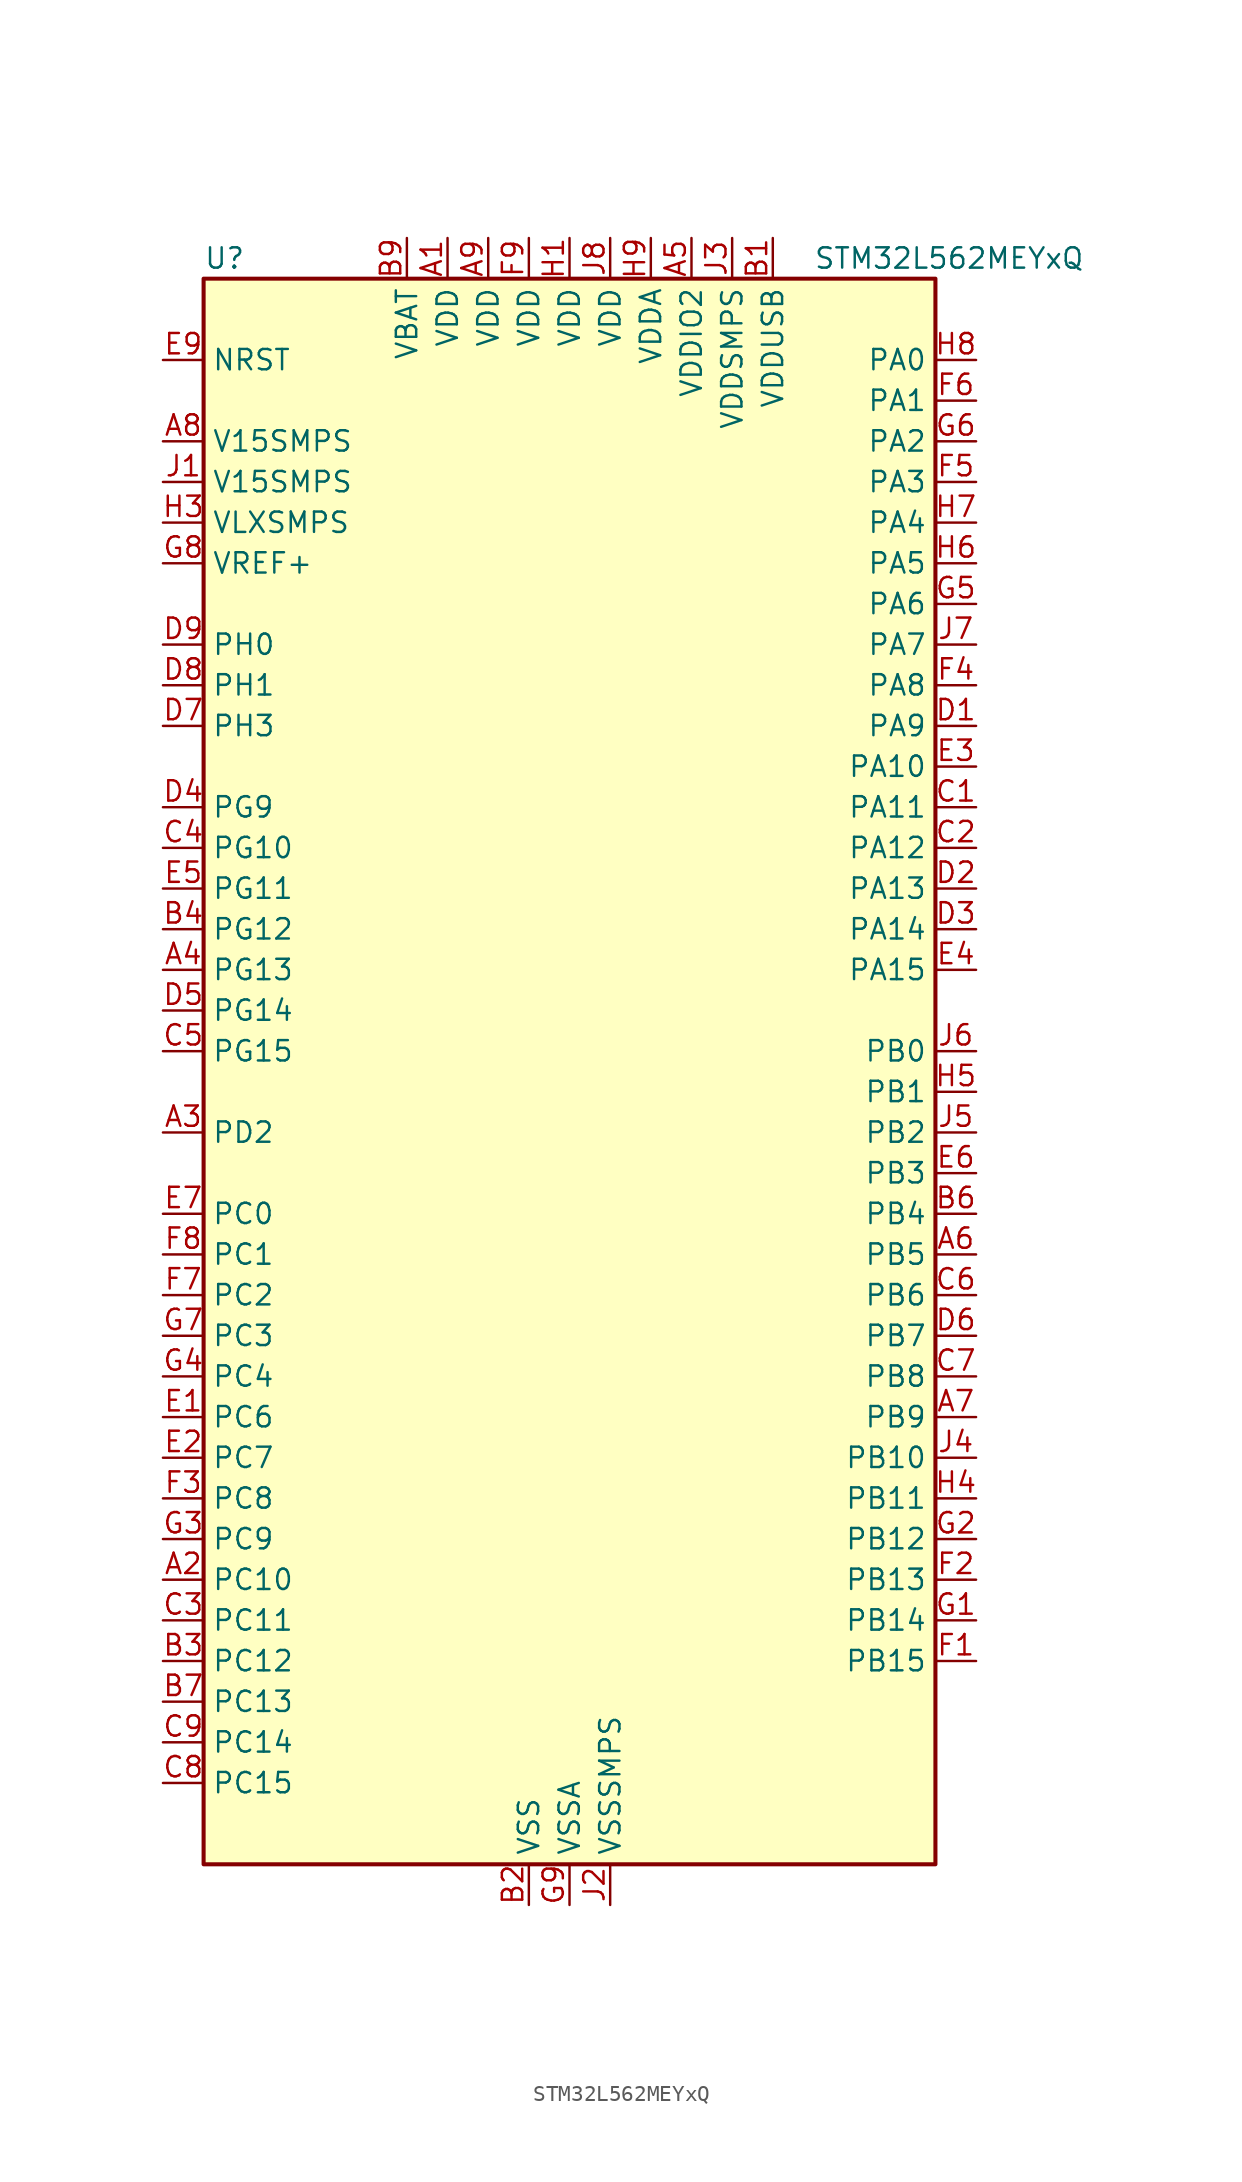
<source format=kicad_sym>
(kicad_symbol_lib
  (version 20241209)
  (generator "kicad_symbol_editor")
  (generator_version "9.0")
  (symbol "STM32L562MEYxQ"
    (property "Reference" "U"
      (at -22.86 52.07 0)
      (effects (font (size 1.27 1.27)) (justify left)))
    (property "Value" "STM32L562MEYxQ"
      (at 15.24 52.07 0)
      (effects (font (size 1.27 1.27)) (justify left)))
    (symbol "STM32L562MEYxQ_0_1"
      (rectangle (start -22.86 -48.26) (end 22.86 50.8) (stroke (width 0.254) (type default)) (fill (type background))))
    (symbol "STM32L562MEYxQ_1_1"
      (pin input line (at -25.4 45.72 0) (length 2.54) (name "NRST" (effects (font (size 1.27 1.27)))) (number "E9" (effects (font (size 1.27 1.27)))))
      (pin power_in line (at -25.4 40.64 0) (length 2.54) (name "V15SMPS" (effects (font (size 1.27 1.27)))) (number "A8" (effects (font (size 1.27 1.27)))))
      (pin power_in line (at -25.4 38.1 0) (length 2.54) (name "V15SMPS" (effects (font (size 1.27 1.27)))) (number "J1" (effects (font (size 1.27 1.27)))))
      (pin power_in line (at -25.4 35.56 0) (length 2.54) (name "VLXSMPS" (effects (font (size 1.27 1.27)))) (number "H3" (effects (font (size 1.27 1.27)))))
      (pin input line (at -25.4 33.02 0) (length 2.54) (name "VREF+" (effects (font (size 1.27 1.27)))) (number "G8" (effects (font (size 1.27 1.27)))) (alternate "VREFBUF_OUT" bidirectional line))
      (pin bidirectional line (at -25.4 27.94 0) (length 2.54) (name "PH0" (effects (font (size 1.27 1.27)))) (number "D9" (effects (font (size 1.27 1.27)))) (alternate "RCC_OSC_IN" bidirectional line))
      (pin bidirectional line (at -25.4 25.4 0) (length 2.54) (name "PH1" (effects (font (size 1.27 1.27)))) (number "D8" (effects (font (size 1.27 1.27)))) (alternate "RCC_OSC_OUT" bidirectional line))
      (pin bidirectional line (at -25.4 22.86 0) (length 2.54) (name "PH3" (effects (font (size 1.27 1.27)))) (number "D7" (effects (font (size 1.27 1.27)))))
      (pin bidirectional line (at -25.4 17.78 0) (length 2.54) (name "PG9" (effects (font (size 1.27 1.27)))) (number "D4" (effects (font (size 1.27 1.27)))) (alternate "DAC1_EXTI9" bidirectional line) (alternate "SAI2_SCK_A" bidirectional line) (alternate "SPI3_SCK" bidirectional line) (alternate "TIM15_CH1N" bidirectional line) (alternate "USART1_TX" bidirectional line))
      (pin bidirectional line (at -25.4 15.24 0) (length 2.54) (name "PG10" (effects (font (size 1.27 1.27)))) (number "C4" (effects (font (size 1.27 1.27)))) (alternate "LPTIM1_IN1" bidirectional line) (alternate "SAI2_FS_A" bidirectional line) (alternate "SPI3_MISO" bidirectional line) (alternate "TIM15_CH1" bidirectional line) (alternate "USART1_RX" bidirectional line))
      (pin bidirectional line (at -25.4 12.7 0) (length 2.54) (name "PG11" (effects (font (size 1.27 1.27)))) (number "E5" (effects (font (size 1.27 1.27)))) (alternate "ADC1_EXTI11" bidirectional line) (alternate "ADC2_EXTI11" bidirectional line) (alternate "LPTIM1_IN2" bidirectional line) (alternate "OCTOSPI1_IO5" bidirectional line) (alternate "SAI2_MCLK_A" bidirectional line) (alternate "SPI3_MOSI" bidirectional line) (alternate "TIM15_CH2" bidirectional line) (alternate "USART1_CTS" bidirectional line) (alternate "USART1_NSS" bidirectional line))
      (pin bidirectional line (at -25.4 10.16 0) (length 2.54) (name "PG12" (effects (font (size 1.27 1.27)))) (number "B4" (effects (font (size 1.27 1.27)))) (alternate "LPTIM1_ETR" bidirectional line) (alternate "SAI2_SD_A" bidirectional line) (alternate "SPI3_NSS" bidirectional line) (alternate "USART1_DE" bidirectional line) (alternate "USART1_RTS" bidirectional line))
      (pin bidirectional line (at -25.4 7.62 0) (length 2.54) (name "PG13" (effects (font (size 1.27 1.27)))) (number "A4" (effects (font (size 1.27 1.27)))) (alternate "I2C1_SDA" bidirectional line) (alternate "USART1_CK" bidirectional line))
      (pin bidirectional line (at -25.4 5.08 0) (length 2.54) (name "PG14" (effects (font (size 1.27 1.27)))) (number "D5" (effects (font (size 1.27 1.27)))) (alternate "I2C1_SCL" bidirectional line))
      (pin bidirectional line (at -25.4 2.54 0) (length 2.54) (name "PG15" (effects (font (size 1.27 1.27)))) (number "C5" (effects (font (size 1.27 1.27)))) (alternate "ADC1_EXTI15" bidirectional line) (alternate "ADC2_EXTI15" bidirectional line) (alternate "I2C1_SMBA" bidirectional line) (alternate "LPTIM1_OUT" bidirectional line))
      (pin bidirectional line (at -25.4 -2.54 0) (length 2.54) (name "PD2" (effects (font (size 1.27 1.27)))) (number "A3" (effects (font (size 1.27 1.27)))) (alternate "DEBUG_TRACED2" bidirectional line) (alternate "SDMMC1_CMD" bidirectional line) (alternate "TIM3_ETR" bidirectional line) (alternate "TSC_SYNC" bidirectional line) (alternate "UART5_RX" bidirectional line) (alternate "USART3_DE" bidirectional line) (alternate "USART3_RTS" bidirectional line))
      (pin bidirectional line (at -25.4 -7.62 0) (length 2.54) (name "PC0" (effects (font (size 1.27 1.27)))) (number "E7" (effects (font (size 1.27 1.27)))) (alternate "ADC1_IN1" bidirectional line) (alternate "ADC2_IN1" bidirectional line) (alternate "I2C3_SCL" bidirectional line) (alternate "LPTIM1_IN1" bidirectional line) (alternate "LPTIM2_IN1" bidirectional line) (alternate "LPUART1_RX" bidirectional line) (alternate "OCTOSPI1_IO7" bidirectional line) (alternate "SAI2_FS_A" bidirectional line) (alternate "SDMMC1_D5" bidirectional line))
      (pin bidirectional line (at -25.4 -10.16 0) (length 2.54) (name "PC1" (effects (font (size 1.27 1.27)))) (number "F8" (effects (font (size 1.27 1.27)))) (alternate "ADC1_IN2" bidirectional line) (alternate "ADC2_IN2" bidirectional line) (alternate "DEBUG_TRACED0" bidirectional line) (alternate "I2C3_SDA" bidirectional line) (alternate "LPTIM1_OUT" bidirectional line) (alternate "LPUART1_TX" bidirectional line) (alternate "OCTOSPI1_IO4" bidirectional line) (alternate "SAI1_SD_A" bidirectional line) (alternate "SPI2_MOSI" bidirectional line))
      (pin bidirectional line (at -25.4 -12.7 0) (length 2.54) (name "PC2" (effects (font (size 1.27 1.27)))) (number "F7" (effects (font (size 1.27 1.27)))) (alternate "ADC1_IN3" bidirectional line) (alternate "ADC2_IN3" bidirectional line) (alternate "DFSDM1_CKOUT" bidirectional line) (alternate "LPTIM1_IN2" bidirectional line) (alternate "OCTOSPI1_IO5" bidirectional line) (alternate "SPI2_MISO" bidirectional line))
      (pin bidirectional line (at -25.4 -15.24 0) (length 2.54) (name "PC3" (effects (font (size 1.27 1.27)))) (number "G7" (effects (font (size 1.27 1.27)))) (alternate "ADC1_IN4" bidirectional line) (alternate "ADC2_IN4" bidirectional line) (alternate "LPTIM1_ETR" bidirectional line) (alternate "LPTIM2_ETR" bidirectional line) (alternate "LPTIM3_OUT" bidirectional line) (alternate "OCTOSPI1_IO6" bidirectional line) (alternate "SAI1_D1" bidirectional line) (alternate "SAI1_SD_A" bidirectional line) (alternate "SPI2_MOSI" bidirectional line))
      (pin bidirectional line (at -25.4 -17.78 0) (length 2.54) (name "PC4" (effects (font (size 1.27 1.27)))) (number "G4" (effects (font (size 1.27 1.27)))) (alternate "ADC1_IN13" bidirectional line) (alternate "ADC2_IN13" bidirectional line) (alternate "COMP1_INM" bidirectional line) (alternate "OCTOSPI1_IO7" bidirectional line) (alternate "USART3_TX" bidirectional line))
      (pin bidirectional line (at -25.4 -20.32 0) (length 2.54) (name "PC6" (effects (font (size 1.27 1.27)))) (number "E1" (effects (font (size 1.27 1.27)))) (alternate "DFSDM1_CKIN3" bidirectional line) (alternate "SAI2_MCLK_A" bidirectional line) (alternate "SDMMC1_D0DIR" bidirectional line) (alternate "SDMMC1_D6" bidirectional line) (alternate "TIM3_CH1" bidirectional line) (alternate "TIM8_CH1" bidirectional line) (alternate "TSC_G4_IO1" bidirectional line))
      (pin bidirectional line (at -25.4 -22.86 0) (length 2.54) (name "PC7" (effects (font (size 1.27 1.27)))) (number "E2" (effects (font (size 1.27 1.27)))) (alternate "DFSDM1_DATIN3" bidirectional line) (alternate "SAI2_MCLK_B" bidirectional line) (alternate "SDMMC1_D123DIR" bidirectional line) (alternate "SDMMC1_D7" bidirectional line) (alternate "TIM3_CH2" bidirectional line) (alternate "TIM8_CH2" bidirectional line) (alternate "TSC_G4_IO2" bidirectional line))
      (pin bidirectional line (at -25.4 -25.4 0) (length 2.54) (name "PC8" (effects (font (size 1.27 1.27)))) (number "F3" (effects (font (size 1.27 1.27)))) (alternate "SDMMC1_D0" bidirectional line) (alternate "TIM3_CH3" bidirectional line) (alternate "TIM8_CH3" bidirectional line) (alternate "TSC_G4_IO3" bidirectional line))
      (pin bidirectional line (at -25.4 -27.94 0) (length 2.54) (name "PC9" (effects (font (size 1.27 1.27)))) (number "G3" (effects (font (size 1.27 1.27)))) (alternate "DAC1_EXTI9" bidirectional line) (alternate "DEBUG_TRACED0" bidirectional line) (alternate "SAI2_EXTCLK" bidirectional line) (alternate "SDMMC1_D1" bidirectional line) (alternate "TIM3_CH4" bidirectional line) (alternate "TIM8_BKIN2" bidirectional line) (alternate "TIM8_CH4" bidirectional line) (alternate "TSC_G4_IO4" bidirectional line) (alternate "USB_NOE" bidirectional line))
      (pin bidirectional line (at -25.4 -30.48 0) (length 2.54) (name "PC10" (effects (font (size 1.27 1.27)))) (number "A2" (effects (font (size 1.27 1.27)))) (alternate "DEBUG_TRACED1" bidirectional line) (alternate "LPTIM3_ETR" bidirectional line) (alternate "SAI2_SCK_B" bidirectional line) (alternate "SDMMC1_D2" bidirectional line) (alternate "SPI3_SCK" bidirectional line) (alternate "TSC_G3_IO2" bidirectional line) (alternate "UART4_TX" bidirectional line) (alternate "USART3_TX" bidirectional line))
      (pin bidirectional line (at -25.4 -33.02 0) (length 2.54) (name "PC11" (effects (font (size 1.27 1.27)))) (number "C3" (effects (font (size 1.27 1.27)))) (alternate "ADC1_EXTI11" bidirectional line) (alternate "ADC2_EXTI11" bidirectional line) (alternate "LPTIM3_IN1" bidirectional line) (alternate "OCTOSPI1_NCS" bidirectional line) (alternate "SAI2_MCLK_B" bidirectional line) (alternate "SDMMC1_D3" bidirectional line) (alternate "SPI3_MISO" bidirectional line) (alternate "TSC_G3_IO3" bidirectional line) (alternate "UART4_RX" bidirectional line) (alternate "UCPD1_FRSTX2" bidirectional line) (alternate "USART3_RX" bidirectional line))
      (pin bidirectional line (at -25.4 -35.56 0) (length 2.54) (name "PC12" (effects (font (size 1.27 1.27)))) (number "B3" (effects (font (size 1.27 1.27)))) (alternate "DEBUG_TRACED3" bidirectional line) (alternate "SAI2_SD_B" bidirectional line) (alternate "SDMMC1_CK" bidirectional line) (alternate "SPI3_MOSI" bidirectional line) (alternate "TSC_G3_IO4" bidirectional line) (alternate "UART5_TX" bidirectional line) (alternate "USART3_CK" bidirectional line))
      (pin bidirectional line (at -25.4 -38.1 0) (length 2.54) (name "PC13" (effects (font (size 1.27 1.27)))) (number "B7" (effects (font (size 1.27 1.27)))) (alternate "PWR_WKUP2" bidirectional line) (alternate "RTC_OUT1" bidirectional line) (alternate "RTC_TS" bidirectional line) (alternate "TAMP_IN1" bidirectional line) (alternate "TAMP_OUT2" bidirectional line))
      (pin bidirectional line (at -25.4 -40.64 0) (length 2.54) (name "PC14" (effects (font (size 1.27 1.27)))) (number "C9" (effects (font (size 1.27 1.27)))) (alternate "RCC_OSC32_IN" bidirectional line))
      (pin bidirectional line (at -25.4 -43.18 0) (length 2.54) (name "PC15" (effects (font (size 1.27 1.27)))) (number "C8" (effects (font (size 1.27 1.27)))) (alternate "ADC1_EXTI15" bidirectional line) (alternate "ADC2_EXTI15" bidirectional line) (alternate "RCC_OSC32_OUT" bidirectional line))
      (pin power_in line (at -10.16 53.34 270) (length 2.54) (name "VBAT" (effects (font (size 1.27 1.27)))) (number "B9" (effects (font (size 1.27 1.27)))))
      (pin power_in line (at -7.62 53.34 270) (length 2.54) (name "VDD" (effects (font (size 1.27 1.27)))) (number "A1" (effects (font (size 1.27 1.27)))))
      (pin power_in line (at -5.08 53.34 270) (length 2.54) (name "VDD" (effects (font (size 1.27 1.27)))) (number "A9" (effects (font (size 1.27 1.27)))))
      (pin power_in line (at -2.54 53.34 270) (length 2.54) (name "VDD" (effects (font (size 1.27 1.27)))) (number "F9" (effects (font (size 1.27 1.27)))))
      (pin power_in line (at -2.54 -50.8 90) (length 2.54) (name "VSS" (effects (font (size 1.27 1.27)))) (number "B2" (effects (font (size 1.27 1.27)))))
      (pin passive line (at -2.54 -50.8 90) (length 2.54) (hide yes) (name "VSS" (effects (font (size 1.27 1.27)))) (number "B5" (effects (font (size 1.27 1.27)))))
      (pin passive line (at -2.54 -50.8 90) (length 2.54) (hide yes) (name "VSS" (effects (font (size 1.27 1.27)))) (number "B8" (effects (font (size 1.27 1.27)))))
      (pin passive line (at -2.54 -50.8 90) (length 2.54) (hide yes) (name "VSS" (effects (font (size 1.27 1.27)))) (number "E8" (effects (font (size 1.27 1.27)))))
      (pin passive line (at -2.54 -50.8 90) (length 2.54) (hide yes) (name "VSS" (effects (font (size 1.27 1.27)))) (number "H2" (effects (font (size 1.27 1.27)))))
      (pin passive line (at -2.54 -50.8 90) (length 2.54) (hide yes) (name "VSS" (effects (font (size 1.27 1.27)))) (number "J9" (effects (font (size 1.27 1.27)))))
      (pin power_in line (at 0 53.34 270) (length 2.54) (name "VDD" (effects (font (size 1.27 1.27)))) (number "H1" (effects (font (size 1.27 1.27)))))
      (pin power_in line (at 0 -50.8 90) (length 2.54) (name "VSSA" (effects (font (size 1.27 1.27)))) (number "G9" (effects (font (size 1.27 1.27)))))
      (pin power_in line (at 2.54 53.34 270) (length 2.54) (name "VDD" (effects (font (size 1.27 1.27)))) (number "J8" (effects (font (size 1.27 1.27)))))
      (pin power_in line (at 2.54 -50.8 90) (length 2.54) (name "VSSSMPS" (effects (font (size 1.27 1.27)))) (number "J2" (effects (font (size 1.27 1.27)))))
      (pin power_in line (at 5.08 53.34 270) (length 2.54) (name "VDDA" (effects (font (size 1.27 1.27)))) (number "H9" (effects (font (size 1.27 1.27)))))
      (pin power_in line (at 7.62 53.34 270) (length 2.54) (name "VDDIO2" (effects (font (size 1.27 1.27)))) (number "A5" (effects (font (size 1.27 1.27)))))
      (pin power_in line (at 10.16 53.34 270) (length 2.54) (name "VDDSMPS" (effects (font (size 1.27 1.27)))) (number "J3" (effects (font (size 1.27 1.27)))))
      (pin power_in line (at 12.7 53.34 270) (length 2.54) (name "VDDUSB" (effects (font (size 1.27 1.27)))) (number "B1" (effects (font (size 1.27 1.27)))))
      (pin bidirectional line (at 25.4 45.72 180) (length 2.54) (name "PA0" (effects (font (size 1.27 1.27)))) (number "H8" (effects (font (size 1.27 1.27)))) (alternate "ADC1_IN5" bidirectional line) (alternate "ADC2_IN5" bidirectional line) (alternate "OPAMP1_VINP" bidirectional line) (alternate "PWR_WKUP1" bidirectional line) (alternate "SAI1_EXTCLK" bidirectional line) (alternate "TAMP_IN2" bidirectional line) (alternate "TAMP_OUT1" bidirectional line) (alternate "TIM2_CH1" bidirectional line) (alternate "TIM2_ETR" bidirectional line) (alternate "TIM5_CH1" bidirectional line) (alternate "TIM8_ETR" bidirectional line) (alternate "UART4_TX" bidirectional line) (alternate "USART2_CTS" bidirectional line) (alternate "USART2_NSS" bidirectional line))
      (pin bidirectional line (at 25.4 43.18 180) (length 2.54) (name "PA1" (effects (font (size 1.27 1.27)))) (number "F6" (effects (font (size 1.27 1.27)))) (alternate "ADC1_IN6" bidirectional line) (alternate "ADC2_IN6" bidirectional line) (alternate "I2C1_SMBA" bidirectional line) (alternate "OCTOSPI1_DQS" bidirectional line) (alternate "OPAMP1_VINM" bidirectional line) (alternate "SPI1_SCK" bidirectional line) (alternate "TAMP_IN5" bidirectional line) (alternate "TAMP_OUT4" bidirectional line) (alternate "TIM15_CH1N" bidirectional line) (alternate "TIM2_CH2" bidirectional line) (alternate "TIM5_CH2" bidirectional line) (alternate "UART4_RX" bidirectional line) (alternate "USART2_DE" bidirectional line) (alternate "USART2_RTS" bidirectional line))
      (pin bidirectional line (at 25.4 40.64 180) (length 2.54) (name "PA2" (effects (font (size 1.27 1.27)))) (number "G6" (effects (font (size 1.27 1.27)))) (alternate "ADC1_IN7" bidirectional line) (alternate "ADC2_IN7" bidirectional line) (alternate "COMP1_INP" bidirectional line) (alternate "LPUART1_TX" bidirectional line) (alternate "OCTOSPI1_NCS" bidirectional line) (alternate "PWR_WKUP4" bidirectional line) (alternate "RCC_LSCO" bidirectional line) (alternate "SAI2_EXTCLK" bidirectional line) (alternate "TIM15_CH1" bidirectional line) (alternate "TIM2_CH3" bidirectional line) (alternate "TIM5_CH3" bidirectional line) (alternate "UCPD1_FRSTX1" bidirectional line) (alternate "USART2_TX" bidirectional line))
      (pin bidirectional line (at 25.4 38.1 180) (length 2.54) (name "PA3" (effects (font (size 1.27 1.27)))) (number "F5" (effects (font (size 1.27 1.27)))) (alternate "ADC1_IN8" bidirectional line) (alternate "ADC2_IN8" bidirectional line) (alternate "LPUART1_RX" bidirectional line) (alternate "OCTOSPI1_CLK" bidirectional line) (alternate "OPAMP1_VOUT" bidirectional line) (alternate "SAI1_CK1" bidirectional line) (alternate "SAI1_MCLK_A" bidirectional line) (alternate "TIM15_CH2" bidirectional line) (alternate "TIM2_CH4" bidirectional line) (alternate "TIM5_CH4" bidirectional line) (alternate "USART2_RX" bidirectional line))
      (pin bidirectional line (at 25.4 35.56 180) (length 2.54) (name "PA4" (effects (font (size 1.27 1.27)))) (number "H7" (effects (font (size 1.27 1.27)))) (alternate "ADC1_IN9" bidirectional line) (alternate "ADC2_IN9" bidirectional line) (alternate "DAC1_OUT1" bidirectional line) (alternate "LPTIM2_OUT" bidirectional line) (alternate "OCTOSPI1_NCS" bidirectional line) (alternate "SAI1_FS_B" bidirectional line) (alternate "SPI1_NSS" bidirectional line) (alternate "SPI3_NSS" bidirectional line) (alternate "USART2_CK" bidirectional line))
      (pin bidirectional line (at 25.4 33.02 180) (length 2.54) (name "PA5" (effects (font (size 1.27 1.27)))) (number "H6" (effects (font (size 1.27 1.27)))) (alternate "ADC1_IN10" bidirectional line) (alternate "ADC2_IN10" bidirectional line) (alternate "DAC1_OUT2" bidirectional line) (alternate "LPTIM2_ETR" bidirectional line) (alternate "SPI1_SCK" bidirectional line) (alternate "TIM2_CH1" bidirectional line) (alternate "TIM2_ETR" bidirectional line) (alternate "TIM8_CH1N" bidirectional line))
      (pin bidirectional line (at 25.4 30.48 180) (length 2.54) (name "PA6" (effects (font (size 1.27 1.27)))) (number "G5" (effects (font (size 1.27 1.27)))) (alternate "ADC1_IN11" bidirectional line) (alternate "ADC2_IN11" bidirectional line) (alternate "LPUART1_CTS" bidirectional line) (alternate "OCTOSPI1_IO3" bidirectional line) (alternate "OPAMP2_VINP" bidirectional line) (alternate "SPI1_MISO" bidirectional line) (alternate "TIM16_CH1" bidirectional line) (alternate "TIM1_BKIN" bidirectional line) (alternate "TIM3_CH1" bidirectional line) (alternate "TIM8_BKIN" bidirectional line) (alternate "USART3_CTS" bidirectional line) (alternate "USART3_NSS" bidirectional line))
      (pin bidirectional line (at 25.4 27.94 180) (length 2.54) (name "PA7" (effects (font (size 1.27 1.27)))) (number "J7" (effects (font (size 1.27 1.27)))) (alternate "ADC1_IN12" bidirectional line) (alternate "ADC2_IN12" bidirectional line) (alternate "I2C3_SCL" bidirectional line) (alternate "OCTOSPI1_IO2" bidirectional line) (alternate "OPAMP2_VINM" bidirectional line) (alternate "SPI1_MOSI" bidirectional line) (alternate "TIM17_CH1" bidirectional line) (alternate "TIM1_CH1N" bidirectional line) (alternate "TIM3_CH2" bidirectional line) (alternate "TIM8_CH1N" bidirectional line))
      (pin bidirectional line (at 25.4 25.4 180) (length 2.54) (name "PA8" (effects (font (size 1.27 1.27)))) (number "F4" (effects (font (size 1.27 1.27)))) (alternate "LPTIM2_OUT" bidirectional line) (alternate "RCC_MCO" bidirectional line) (alternate "SAI1_CK2" bidirectional line) (alternate "SAI1_SCK_A" bidirectional line) (alternate "TIM1_CH1" bidirectional line) (alternate "USART1_CK" bidirectional line))
      (pin bidirectional line (at 25.4 22.86 180) (length 2.54) (name "PA9" (effects (font (size 1.27 1.27)))) (number "D1" (effects (font (size 1.27 1.27)))) (alternate "DAC1_EXTI9" bidirectional line) (alternate "SAI1_FS_A" bidirectional line) (alternate "SPI2_SCK" bidirectional line) (alternate "TIM15_BKIN" bidirectional line) (alternate "TIM1_CH2" bidirectional line) (alternate "USART1_TX" bidirectional line))
      (pin bidirectional line (at 25.4 20.32 180) (length 2.54) (name "PA10" (effects (font (size 1.27 1.27)))) (number "E3" (effects (font (size 1.27 1.27)))) (alternate "CRS_SYNC" bidirectional line) (alternate "SAI1_D1" bidirectional line) (alternate "SAI1_SD_A" bidirectional line) (alternate "TIM17_BKIN" bidirectional line) (alternate "TIM1_CH3" bidirectional line) (alternate "USART1_RX" bidirectional line))
      (pin bidirectional line (at 25.4 17.78 180) (length 2.54) (name "PA11" (effects (font (size 1.27 1.27)))) (number "C1" (effects (font (size 1.27 1.27)))) (alternate "ADC1_EXTI11" bidirectional line) (alternate "ADC2_EXTI11" bidirectional line) (alternate "FDCAN1_RX" bidirectional line) (alternate "SPI1_MISO" bidirectional line) (alternate "TIM1_BKIN2" bidirectional line) (alternate "TIM1_CH4" bidirectional line) (alternate "USART1_CTS" bidirectional line) (alternate "USART1_NSS" bidirectional line) (alternate "USB_DM" bidirectional line))
      (pin bidirectional line (at 25.4 15.24 180) (length 2.54) (name "PA12" (effects (font (size 1.27 1.27)))) (number "C2" (effects (font (size 1.27 1.27)))) (alternate "FDCAN1_TX" bidirectional line) (alternate "SPI1_MOSI" bidirectional line) (alternate "TIM1_ETR" bidirectional line) (alternate "USART1_DE" bidirectional line) (alternate "USART1_RTS" bidirectional line) (alternate "USB_DP" bidirectional line))
      (pin bidirectional line (at 25.4 12.7 180) (length 2.54) (name "PA13" (effects (font (size 1.27 1.27)))) (number "D2" (effects (font (size 1.27 1.27)))) (alternate "DEBUG_JTMS-SWDIO" bidirectional line) (alternate "IR_OUT" bidirectional line) (alternate "SAI1_SD_B" bidirectional line) (alternate "USB_NOE" bidirectional line))
      (pin bidirectional line (at 25.4 10.16 180) (length 2.54) (name "PA14" (effects (font (size 1.27 1.27)))) (number "D3" (effects (font (size 1.27 1.27)))) (alternate "DEBUG_JTCK-SWCLK" bidirectional line) (alternate "I2C1_SMBA" bidirectional line) (alternate "I2C4_SMBA" bidirectional line) (alternate "LPTIM1_OUT" bidirectional line) (alternate "SAI1_FS_B" bidirectional line))
      (pin bidirectional line (at 25.4 7.62 180) (length 2.54) (name "PA15" (effects (font (size 1.27 1.27)))) (number "E4" (effects (font (size 1.27 1.27)))) (alternate "ADC1_EXTI15" bidirectional line) (alternate "ADC2_EXTI15" bidirectional line) (alternate "DEBUG_JTDI" bidirectional line) (alternate "SAI2_FS_B" bidirectional line) (alternate "SPI1_NSS" bidirectional line) (alternate "SPI3_NSS" bidirectional line) (alternate "TIM2_CH1" bidirectional line) (alternate "TIM2_ETR" bidirectional line) (alternate "UART4_DE" bidirectional line) (alternate "UART4_RTS" bidirectional line) (alternate "UCPD1_CC1" bidirectional line) (alternate "USART2_RX" bidirectional line) (alternate "USART3_DE" bidirectional line) (alternate "USART3_RTS" bidirectional line))
      (pin bidirectional line (at 25.4 2.54 180) (length 2.54) (name "PB0" (effects (font (size 1.27 1.27)))) (number "J6" (effects (font (size 1.27 1.27)))) (alternate "ADC1_IN15" bidirectional line) (alternate "ADC2_IN15" bidirectional line) (alternate "COMP1_OUT" bidirectional line) (alternate "OCTOSPI1_IO1" bidirectional line) (alternate "OPAMP2_VOUT" bidirectional line) (alternate "SAI1_EXTCLK" bidirectional line) (alternate "SPI1_NSS" bidirectional line) (alternate "TIM1_CH2N" bidirectional line) (alternate "TIM3_CH3" bidirectional line) (alternate "TIM8_CH2N" bidirectional line) (alternate "USART3_CK" bidirectional line))
      (pin bidirectional line (at 25.4 0 180) (length 2.54) (name "PB1" (effects (font (size 1.27 1.27)))) (number "H5" (effects (font (size 1.27 1.27)))) (alternate "ADC1_IN16" bidirectional line) (alternate "ADC2_IN16" bidirectional line) (alternate "COMP1_INM" bidirectional line) (alternate "DFSDM1_DATIN0" bidirectional line) (alternate "LPTIM2_IN1" bidirectional line) (alternate "LPUART1_DE" bidirectional line) (alternate "LPUART1_RTS" bidirectional line) (alternate "OCTOSPI1_IO0" bidirectional line) (alternate "TIM1_CH3N" bidirectional line) (alternate "TIM3_CH4" bidirectional line) (alternate "TIM8_CH3N" bidirectional line) (alternate "USART3_DE" bidirectional line) (alternate "USART3_RTS" bidirectional line))
      (pin bidirectional line (at 25.4 -2.54 180) (length 2.54) (name "PB2" (effects (font (size 1.27 1.27)))) (number "J5" (effects (font (size 1.27 1.27)))) (alternate "COMP1_INP" bidirectional line) (alternate "DFSDM1_CKIN0" bidirectional line) (alternate "I2C3_SMBA" bidirectional line) (alternate "LPTIM1_OUT" bidirectional line) (alternate "OCTOSPI1_DQS" bidirectional line) (alternate "RTC_OUT2" bidirectional line) (alternate "UCPD1_FRSTX1" bidirectional line))
      (pin bidirectional line (at 25.4 -5.08 180) (length 2.54) (name "PB3" (effects (font (size 1.27 1.27)))) (number "E6" (effects (font (size 1.27 1.27)))) (alternate "COMP2_INM" bidirectional line) (alternate "CRS_SYNC" bidirectional line) (alternate "DEBUG_JTDO-SWO" bidirectional line) (alternate "SAI1_SCK_B" bidirectional line) (alternate "SPI1_SCK" bidirectional line) (alternate "SPI3_SCK" bidirectional line) (alternate "TIM2_CH2" bidirectional line) (alternate "USART1_DE" bidirectional line) (alternate "USART1_RTS" bidirectional line))
      (pin bidirectional line (at 25.4 -7.62 180) (length 2.54) (name "PB4" (effects (font (size 1.27 1.27)))) (number "B6" (effects (font (size 1.27 1.27)))) (alternate "COMP2_INP" bidirectional line) (alternate "DEBUG_JTRST" bidirectional line) (alternate "I2C3_SDA" bidirectional line) (alternate "SAI1_MCLK_B" bidirectional line) (alternate "SPI1_MISO" bidirectional line) (alternate "SPI3_MISO" bidirectional line) (alternate "TIM17_BKIN" bidirectional line) (alternate "TIM3_CH1" bidirectional line) (alternate "TSC_G2_IO1" bidirectional line) (alternate "UART5_DE" bidirectional line) (alternate "UART5_RTS" bidirectional line) (alternate "USART1_CTS" bidirectional line) (alternate "USART1_NSS" bidirectional line))
      (pin bidirectional line (at 25.4 -10.16 180) (length 2.54) (name "PB5" (effects (font (size 1.27 1.27)))) (number "A6" (effects (font (size 1.27 1.27)))) (alternate "COMP2_OUT" bidirectional line) (alternate "I2C1_SMBA" bidirectional line) (alternate "LPTIM1_IN1" bidirectional line) (alternate "OCTOSPI1_NCLK" bidirectional line) (alternate "SAI1_SD_B" bidirectional line) (alternate "SPI1_MOSI" bidirectional line) (alternate "SPI3_MOSI" bidirectional line) (alternate "TIM16_BKIN" bidirectional line) (alternate "TIM3_CH2" bidirectional line) (alternate "TSC_G2_IO2" bidirectional line) (alternate "UART5_CTS" bidirectional line) (alternate "UCPD1_DBCC1" bidirectional line) (alternate "USART1_CK" bidirectional line))
      (pin bidirectional line (at 25.4 -12.7 180) (length 2.54) (name "PB6" (effects (font (size 1.27 1.27)))) (number "C6" (effects (font (size 1.27 1.27)))) (alternate "COMP2_INP" bidirectional line) (alternate "I2C1_SCL" bidirectional line) (alternate "I2C4_SCL" bidirectional line) (alternate "LPTIM1_ETR" bidirectional line) (alternate "SAI1_FS_B" bidirectional line) (alternate "TIM16_CH1N" bidirectional line) (alternate "TIM4_CH1" bidirectional line) (alternate "TIM8_BKIN2" bidirectional line) (alternate "TSC_G2_IO3" bidirectional line) (alternate "USART1_TX" bidirectional line))
      (pin bidirectional line (at 25.4 -15.24 180) (length 2.54) (name "PB7" (effects (font (size 1.27 1.27)))) (number "D6" (effects (font (size 1.27 1.27)))) (alternate "COMP2_INM" bidirectional line) (alternate "I2C1_SDA" bidirectional line) (alternate "I2C4_SDA" bidirectional line) (alternate "LPTIM1_IN2" bidirectional line) (alternate "PWR_PVD_IN" bidirectional line) (alternate "TIM17_CH1N" bidirectional line) (alternate "TIM4_CH2" bidirectional line) (alternate "TIM8_BKIN" bidirectional line) (alternate "TSC_G2_IO4" bidirectional line) (alternate "UART4_CTS" bidirectional line) (alternate "USART1_RX" bidirectional line))
      (pin bidirectional line (at 25.4 -17.78 180) (length 2.54) (name "PB8" (effects (font (size 1.27 1.27)))) (number "C7" (effects (font (size 1.27 1.27)))) (alternate "DFSDM1_CKOUT" bidirectional line) (alternate "FDCAN1_RX" bidirectional line) (alternate "I2C1_SCL" bidirectional line) (alternate "SAI1_CK1" bidirectional line) (alternate "SAI1_MCLK_A" bidirectional line) (alternate "SDMMC1_CKIN" bidirectional line) (alternate "SDMMC1_D4" bidirectional line) (alternate "TIM16_CH1" bidirectional line) (alternate "TIM4_CH3" bidirectional line))
      (pin bidirectional line (at 25.4 -20.32 180) (length 2.54) (name "PB9" (effects (font (size 1.27 1.27)))) (number "A7" (effects (font (size 1.27 1.27)))) (alternate "DAC1_EXTI9" bidirectional line) (alternate "FDCAN1_TX" bidirectional line) (alternate "I2C1_SDA" bidirectional line) (alternate "IR_OUT" bidirectional line) (alternate "SAI1_D2" bidirectional line) (alternate "SAI1_FS_A" bidirectional line) (alternate "SDMMC1_CDIR" bidirectional line) (alternate "SDMMC1_D5" bidirectional line) (alternate "SPI2_NSS" bidirectional line) (alternate "TIM17_CH1" bidirectional line) (alternate "TIM4_CH4" bidirectional line))
      (pin bidirectional line (at 25.4 -22.86 180) (length 2.54) (name "PB10" (effects (font (size 1.27 1.27)))) (number "J4" (effects (font (size 1.27 1.27)))) (alternate "COMP1_OUT" bidirectional line) (alternate "I2C2_SCL" bidirectional line) (alternate "I2C4_SCL" bidirectional line) (alternate "LPTIM3_OUT" bidirectional line) (alternate "LPUART1_RX" bidirectional line) (alternate "OCTOSPI1_CLK" bidirectional line) (alternate "SAI1_SCK_A" bidirectional line) (alternate "SPI2_SCK" bidirectional line) (alternate "TIM2_CH3" bidirectional line) (alternate "TSC_SYNC" bidirectional line) (alternate "USART3_TX" bidirectional line))
      (pin bidirectional line (at 25.4 -25.4 180) (length 2.54) (name "PB11" (effects (font (size 1.27 1.27)))) (number "H4" (effects (font (size 1.27 1.27)))) (alternate "ADC1_EXTI11" bidirectional line) (alternate "ADC2_EXTI11" bidirectional line) (alternate "COMP2_OUT" bidirectional line) (alternate "I2C2_SDA" bidirectional line) (alternate "I2C4_SDA" bidirectional line) (alternate "LPUART1_TX" bidirectional line) (alternate "OCTOSPI1_NCS" bidirectional line) (alternate "TIM2_CH4" bidirectional line) (alternate "USART3_RX" bidirectional line))
      (pin bidirectional line (at 25.4 -27.94 180) (length 2.54) (name "PB12" (effects (font (size 1.27 1.27)))) (number "G2" (effects (font (size 1.27 1.27)))) (alternate "DFSDM1_DATIN1" bidirectional line) (alternate "I2C2_SMBA" bidirectional line) (alternate "LPUART1_DE" bidirectional line) (alternate "LPUART1_RTS" bidirectional line) (alternate "OCTOSPI1_NCLK" bidirectional line) (alternate "SAI2_FS_A" bidirectional line) (alternate "SPI2_NSS" bidirectional line) (alternate "TIM15_BKIN" bidirectional line) (alternate "TIM1_BKIN" bidirectional line) (alternate "TSC_G1_IO1" bidirectional line) (alternate "USART3_CK" bidirectional line))
      (pin bidirectional line (at 25.4 -30.48 180) (length 2.54) (name "PB13" (effects (font (size 1.27 1.27)))) (number "F2" (effects (font (size 1.27 1.27)))) (alternate "DFSDM1_CKIN1" bidirectional line) (alternate "I2C2_SCL" bidirectional line) (alternate "LPTIM3_IN1" bidirectional line) (alternate "LPUART1_CTS" bidirectional line) (alternate "SAI2_SCK_A" bidirectional line) (alternate "SPI2_SCK" bidirectional line) (alternate "TIM15_CH1N" bidirectional line) (alternate "TIM1_CH1N" bidirectional line) (alternate "TSC_G1_IO2" bidirectional line) (alternate "UCPD1_FRSTX2" bidirectional line) (alternate "USART3_CTS" bidirectional line) (alternate "USART3_NSS" bidirectional line))
      (pin bidirectional line (at 25.4 -33.02 180) (length 2.54) (name "PB14" (effects (font (size 1.27 1.27)))) (number "G1" (effects (font (size 1.27 1.27)))) (alternate "DFSDM1_DATIN2" bidirectional line) (alternate "I2C2_SDA" bidirectional line) (alternate "LPTIM3_ETR" bidirectional line) (alternate "SAI2_MCLK_A" bidirectional line) (alternate "SPI2_MISO" bidirectional line) (alternate "TIM15_CH1" bidirectional line) (alternate "TIM1_CH2N" bidirectional line) (alternate "TIM8_CH2N" bidirectional line) (alternate "TSC_G1_IO3" bidirectional line) (alternate "UCPD1_DBCC2" bidirectional line) (alternate "USART3_DE" bidirectional line) (alternate "USART3_RTS" bidirectional line))
      (pin bidirectional line (at 25.4 -35.56 180) (length 2.54) (name "PB15" (effects (font (size 1.27 1.27)))) (number "F1" (effects (font (size 1.27 1.27)))) (alternate "ADC1_EXTI15" bidirectional line) (alternate "ADC2_EXTI15" bidirectional line) (alternate "DFSDM1_CKIN2" bidirectional line) (alternate "RTC_REFIN" bidirectional line) (alternate "SAI2_SD_A" bidirectional line) (alternate "SPI2_MOSI" bidirectional line) (alternate "TIM15_CH2" bidirectional line) (alternate "TIM1_CH3N" bidirectional line) (alternate "TIM8_CH3N" bidirectional line) (alternate "UCPD1_CC2" bidirectional line)))))
</source>
